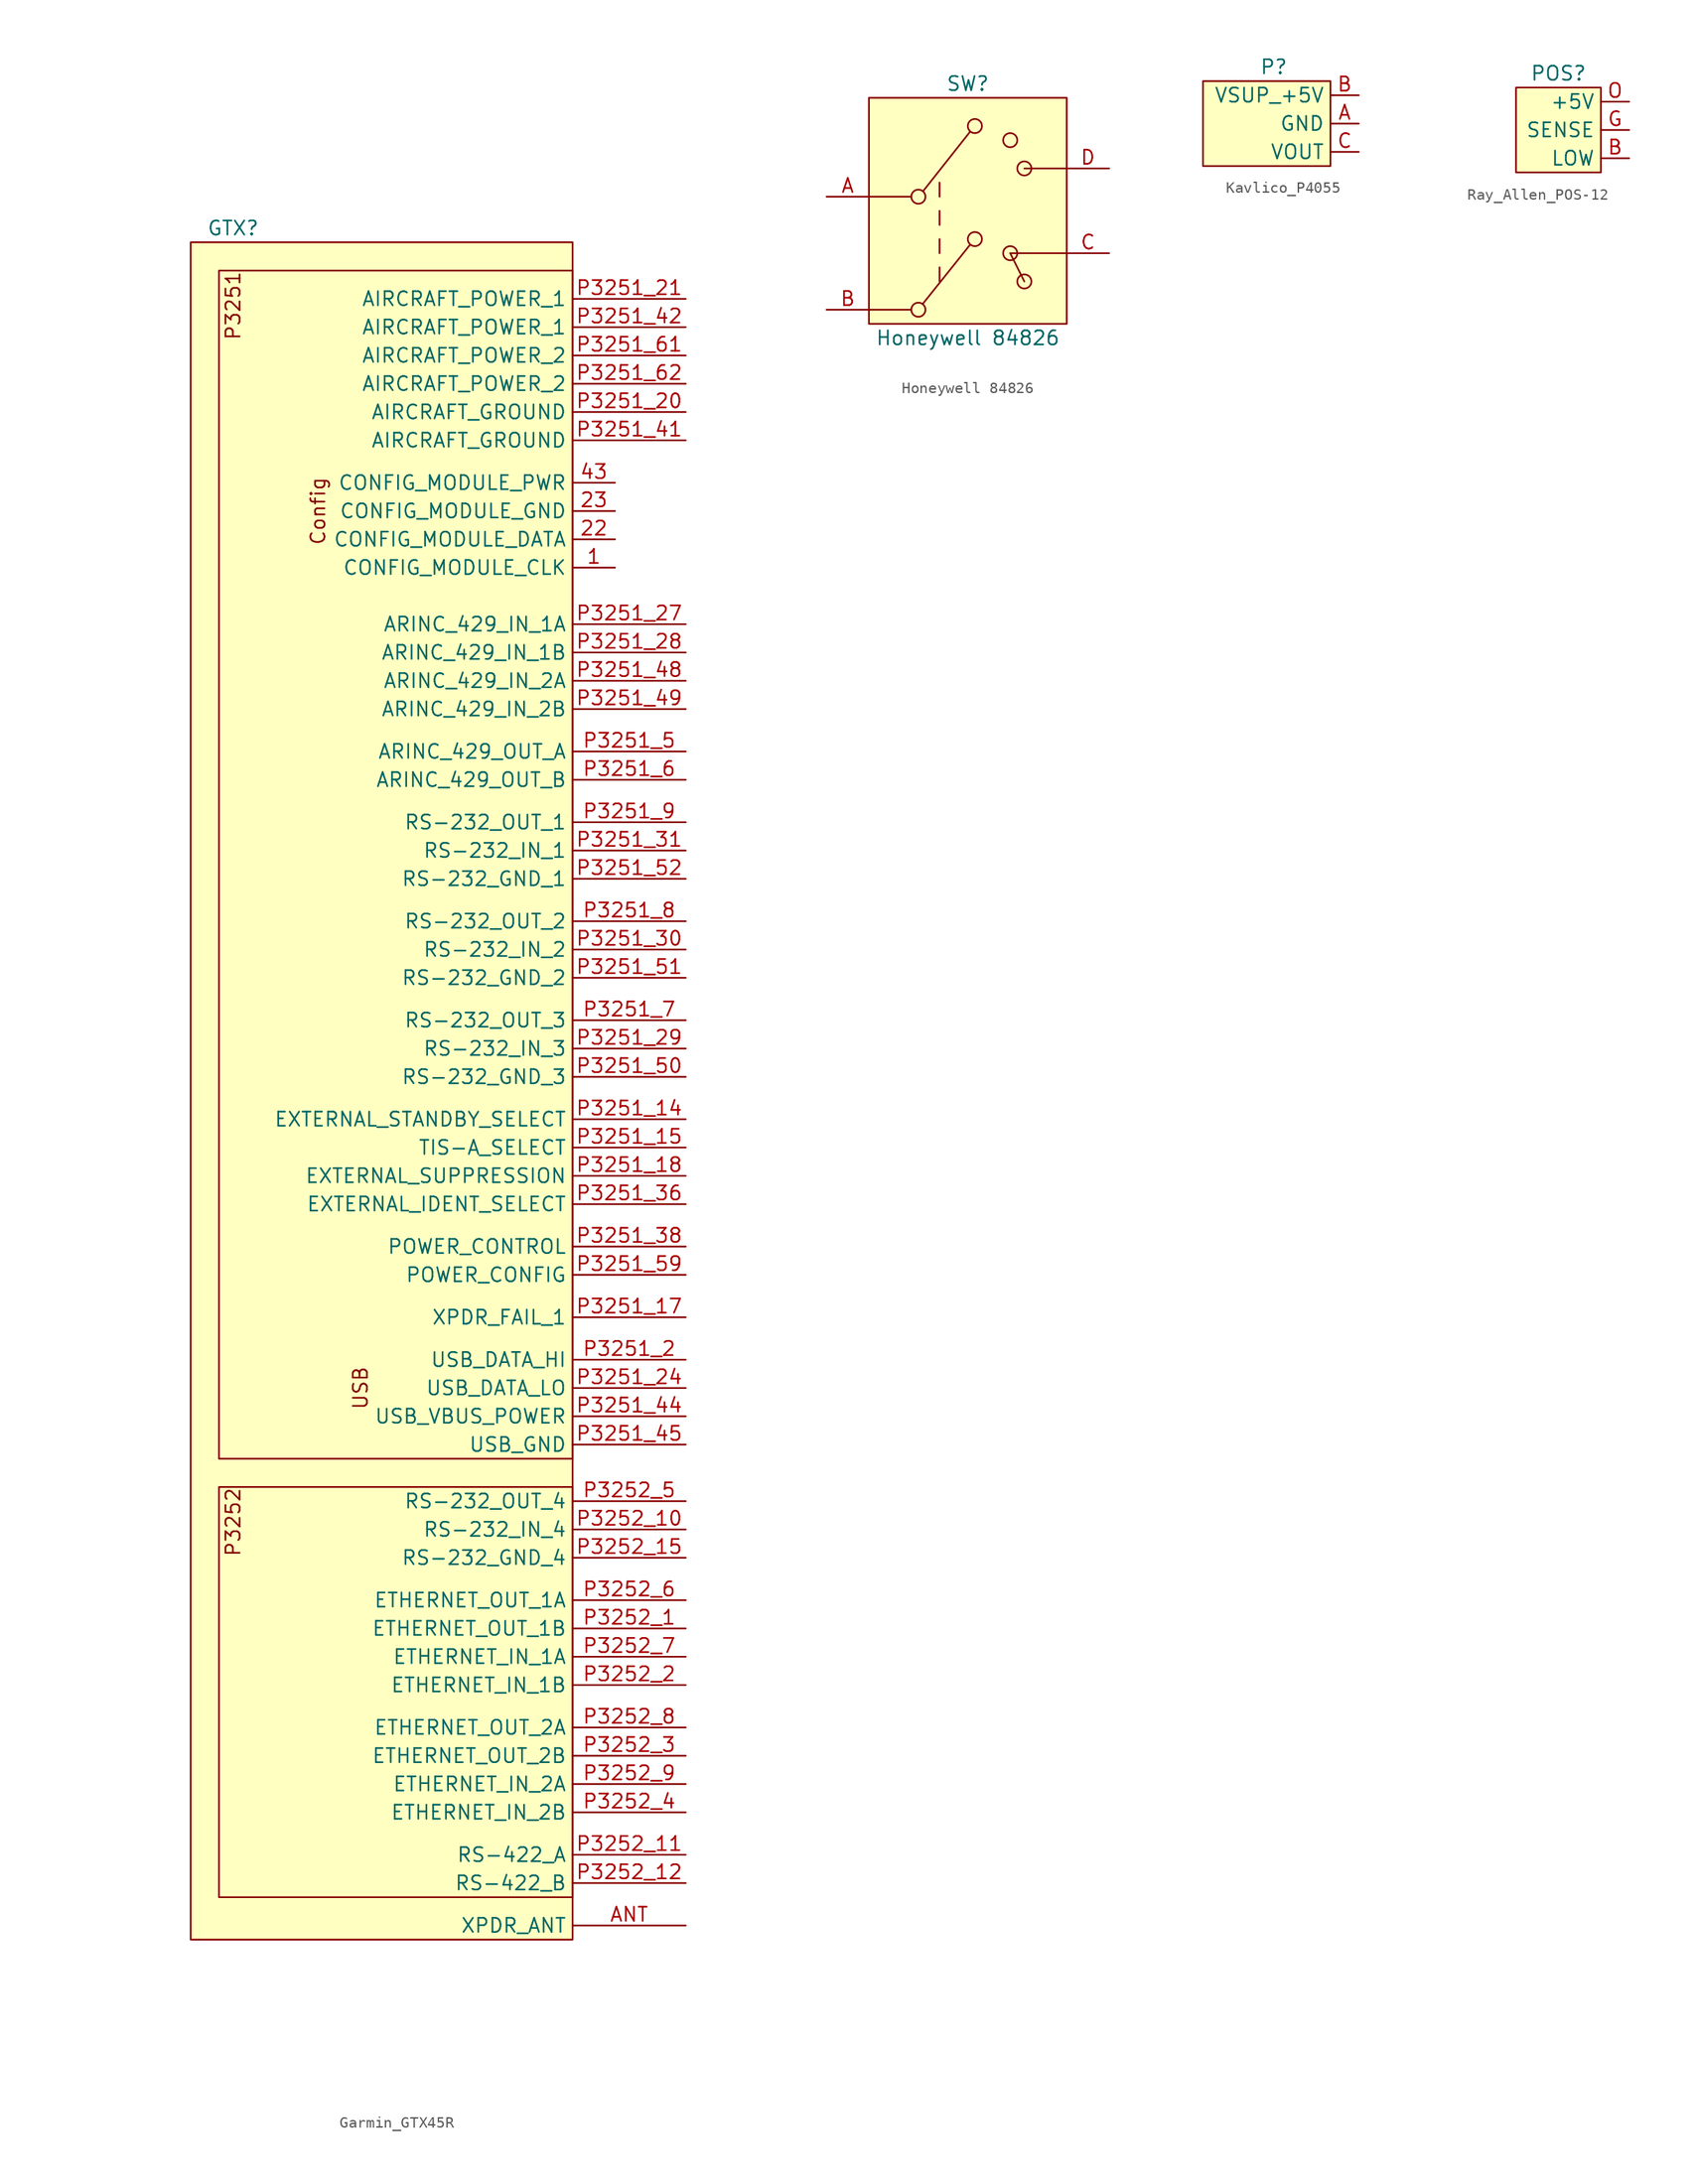
<source format=kicad_sym>
(kicad_symbol_lib
  (version 20220914)
  (generator kicad_symbol_editor)
  (symbol "Garmin_GTX45R"
    (property "Reference" "GTX"
      (at 3.81 1.27 0)
      (effects (font (size 1.27 1.27))))
    (property "Value" ""
      (at -7.62 0 0)
      (effects (font (size 1.27 1.27))))
    (symbol "Garmin_GTX45R_1_1"
      (rectangle (start 0 0) (end 34.29 -152.4) (stroke (width 0) (type default)) (fill (type background)))
      (rectangle (start 2.54 -111.76) (end 34.29 -148.59) (stroke (width 0) (type default)) (fill (type background)))
      (rectangle (start 2.54 -2.54) (end 34.29 -109.22) (stroke (width 0) (type default)) (fill (type background)))
      (text "Config" (at 11.43 -24.13 900) (effects (font (size 1.27 1.27))))
      (text "P3251" (at 3.81 -2.54 900) (effects (font (size 1.27 1.27)) (justify right)))
      (text "P3252" (at 3.81 -111.76 900) (effects (font (size 1.27 1.27)) (justify right)))
      (text "USB" (at 15.24 -102.87 900) (effects (font (size 1.27 1.27))))
      (pin output line (at 38.1 -29.21 180) (length 3.81) (name "CONFIG_MODULE_CLK" (effects (font (size 1.27 1.27)))) (number "1" (effects (font (size 1.27 1.27)))))
      (pin bidirectional line (at 38.1 -26.67 180) (length 3.81) (name "CONFIG_MODULE_DATA" (effects (font (size 1.27 1.27)))) (number "22" (effects (font (size 1.27 1.27)))))
      (pin bidirectional line (at 38.1 -24.13 180) (length 3.81) (name "CONFIG_MODULE_GND" (effects (font (size 1.27 1.27)))) (number "23" (effects (font (size 1.27 1.27)))))
      (pin power_out line (at 38.1 -21.59 180) (length 3.81) (name "CONFIG_MODULE_PWR" (effects (font (size 1.27 1.27)))) (number "43" (effects (font (size 1.27 1.27)))))
      (pin input line (at 44.45 -151.13 180) (length 10.16) (name "XPDR_ANT" (effects (font (size 1.27 1.27)))) (number "ANT" (effects (font (size 1.27 1.27)))))
      (pin input line (at 44.45 -78.74 180) (length 10.16) (name "EXTERNAL_STANDBY_SELECT" (effects (font (size 1.27 1.27)))) (number "P3251_14" (effects (font (size 1.27 1.27)))))
      (pin bidirectional line (at 44.45 -81.28 180) (length 10.16) (name "TIS-A_SELECT" (effects (font (size 1.27 1.27)))) (number "P3251_15" (effects (font (size 1.27 1.27)))))
      (pin output line (at 44.45 -96.52 180) (length 10.16) (name "XPDR_FAIL_1" (effects (font (size 1.27 1.27)))) (number "P3251_17" (effects (font (size 1.27 1.27)))))
      (pin bidirectional line (at 44.45 -83.82 180) (length 10.16) (name "EXTERNAL_SUPPRESSION" (effects (font (size 1.27 1.27)))) (number "P3251_18" (effects (font (size 1.27 1.27)))))
      (pin bidirectional line (at 44.45 -100.33 180) (length 10.16) (name "USB_DATA_HI" (effects (font (size 1.27 1.27)))) (number "P3251_2" (effects (font (size 1.27 1.27)))))
      (pin bidirectional line (at 44.45 -15.24 180) (length 10.16) (name "AIRCRAFT_GROUND" (effects (font (size 1.27 1.27)))) (number "P3251_20" (effects (font (size 1.27 1.27)))))
      (pin power_in line (at 44.45 -5.08 180) (length 10.16) (name "AIRCRAFT_POWER_1" (effects (font (size 1.27 1.27)))) (number "P3251_21" (effects (font (size 1.27 1.27)))))
      (pin bidirectional line (at 44.45 -102.87 180) (length 10.16) (name "USB_DATA_LO" (effects (font (size 1.27 1.27)))) (number "P3251_24" (effects (font (size 1.27 1.27)))))
      (pin input line (at 44.45 -34.29 180) (length 10.16) (name "ARINC_429_IN_1A" (effects (font (size 1.27 1.27)))) (number "P3251_27" (effects (font (size 1.27 1.27)))))
      (pin input line (at 44.45 -36.83 180) (length 10.16) (name "ARINC_429_IN_1B" (effects (font (size 1.27 1.27)))) (number "P3251_28" (effects (font (size 1.27 1.27)))))
      (pin input line (at 44.45 -72.39 180) (length 10.16) (name "RS-232_IN_3" (effects (font (size 1.27 1.27)))) (number "P3251_29" (effects (font (size 1.27 1.27)))))
      (pin input line (at 44.45 -63.5 180) (length 10.16) (name "RS-232_IN_2" (effects (font (size 1.27 1.27)))) (number "P3251_30" (effects (font (size 1.27 1.27)))))
      (pin input line (at 44.45 -54.61 180) (length 10.16) (name "RS-232_IN_1" (effects (font (size 1.27 1.27)))) (number "P3251_31" (effects (font (size 1.27 1.27)))))
      (pin input line (at 44.45 -86.36 180) (length 10.16) (name "EXTERNAL_IDENT_SELECT" (effects (font (size 1.27 1.27)))) (number "P3251_36" (effects (font (size 1.27 1.27)))))
      (pin input line (at 44.45 -90.17 180) (length 10.16) (name "POWER_CONTROL" (effects (font (size 1.27 1.27)))) (number "P3251_38" (effects (font (size 1.27 1.27)))))
      (pin bidirectional line (at 44.45 -17.78 180) (length 10.16) (name "AIRCRAFT_GROUND" (effects (font (size 1.27 1.27)))) (number "P3251_41" (effects (font (size 1.27 1.27)))))
      (pin power_in line (at 44.45 -7.62 180) (length 10.16) (name "AIRCRAFT_POWER_1" (effects (font (size 1.27 1.27)))) (number "P3251_42" (effects (font (size 1.27 1.27)))))
      (pin power_out line (at 44.45 -105.41 180) (length 10.16) (name "USB_VBUS_POWER" (effects (font (size 1.27 1.27)))) (number "P3251_44" (effects (font (size 1.27 1.27)))))
      (pin bidirectional line (at 44.45 -107.95 180) (length 10.16) (name "USB_GND" (effects (font (size 1.27 1.27)))) (number "P3251_45" (effects (font (size 1.27 1.27)))))
      (pin input line (at 44.45 -39.37 180) (length 10.16) (name "ARINC_429_IN_2A" (effects (font (size 1.27 1.27)))) (number "P3251_48" (effects (font (size 1.27 1.27)))))
      (pin input line (at 44.45 -41.91 180) (length 10.16) (name "ARINC_429_IN_2B" (effects (font (size 1.27 1.27)))) (number "P3251_49" (effects (font (size 1.27 1.27)))))
      (pin output line (at 44.45 -45.72 180) (length 10.16) (name "ARINC_429_OUT_A" (effects (font (size 1.27 1.27)))) (number "P3251_5" (effects (font (size 1.27 1.27)))))
      (pin bidirectional line (at 44.45 -74.93 180) (length 10.16) (name "RS-232_GND_3" (effects (font (size 1.27 1.27)))) (number "P3251_50" (effects (font (size 1.27 1.27)))))
      (pin bidirectional line (at 44.45 -66.04 180) (length 10.16) (name "RS-232_GND_2" (effects (font (size 1.27 1.27)))) (number "P3251_51" (effects (font (size 1.27 1.27)))))
      (pin bidirectional line (at 44.45 -57.15 180) (length 10.16) (name "RS-232_GND_1" (effects (font (size 1.27 1.27)))) (number "P3251_52" (effects (font (size 1.27 1.27)))))
      (pin input line (at 44.45 -92.71 180) (length 10.16) (name "POWER_CONFIG" (effects (font (size 1.27 1.27)))) (number "P3251_59" (effects (font (size 1.27 1.27)))))
      (pin output line (at 44.45 -48.26 180) (length 10.16) (name "ARINC_429_OUT_B" (effects (font (size 1.27 1.27)))) (number "P3251_6" (effects (font (size 1.27 1.27)))))
      (pin power_in line (at 44.45 -10.16 180) (length 10.16) (name "AIRCRAFT_POWER_2" (effects (font (size 1.27 1.27)))) (number "P3251_61" (effects (font (size 1.27 1.27)))))
      (pin power_in line (at 44.45 -12.7 180) (length 10.16) (name "AIRCRAFT_POWER_2" (effects (font (size 1.27 1.27)))) (number "P3251_62" (effects (font (size 1.27 1.27)))))
      (pin output line (at 44.45 -69.85 180) (length 10.16) (name "RS-232_OUT_3" (effects (font (size 1.27 1.27)))) (number "P3251_7" (effects (font (size 1.27 1.27)))))
      (pin output line (at 44.45 -60.96 180) (length 10.16) (name "RS-232_OUT_2" (effects (font (size 1.27 1.27)))) (number "P3251_8" (effects (font (size 1.27 1.27)))))
      (pin output line (at 44.45 -52.07 180) (length 10.16) (name "RS-232_OUT_1" (effects (font (size 1.27 1.27)))) (number "P3251_9" (effects (font (size 1.27 1.27)))))
      (pin output line (at 44.45 -124.46 180) (length 10.16) (name "ETHERNET_OUT_1B" (effects (font (size 1.27 1.27)))) (number "P3252_1" (effects (font (size 1.27 1.27)))))
      (pin input line (at 44.45 -115.57 180) (length 10.16) (name "RS-232_IN_4" (effects (font (size 1.27 1.27)))) (number "P3252_10" (effects (font (size 1.27 1.27)))))
      (pin output line (at 44.45 -144.78 180) (length 10.16) (name "RS-422_A" (effects (font (size 1.27 1.27)))) (number "P3252_11" (effects (font (size 1.27 1.27)))))
      (pin output line (at 44.45 -147.32 180) (length 10.16) (name "RS-422_B" (effects (font (size 1.27 1.27)))) (number "P3252_12" (effects (font (size 1.27 1.27)))))
      (pin bidirectional line (at 44.45 -118.11 180) (length 10.16) (name "RS-232_GND_4" (effects (font (size 1.27 1.27)))) (number "P3252_15" (effects (font (size 1.27 1.27)))))
      (pin input line (at 44.45 -129.54 180) (length 10.16) (name "ETHERNET_IN_1B" (effects (font (size 1.27 1.27)))) (number "P3252_2" (effects (font (size 1.27 1.27)))))
      (pin output line (at 44.45 -135.89 180) (length 10.16) (name "ETHERNET_OUT_2B" (effects (font (size 1.27 1.27)))) (number "P3252_3" (effects (font (size 1.27 1.27)))))
      (pin input line (at 44.45 -140.97 180) (length 10.16) (name "ETHERNET_IN_2B" (effects (font (size 1.27 1.27)))) (number "P3252_4" (effects (font (size 1.27 1.27)))))
      (pin output line (at 44.45 -113.03 180) (length 10.16) (name "RS-232_OUT_4" (effects (font (size 1.27 1.27)))) (number "P3252_5" (effects (font (size 1.27 1.27)))))
      (pin output line (at 44.45 -121.92 180) (length 10.16) (name "ETHERNET_OUT_1A" (effects (font (size 1.27 1.27)))) (number "P3252_6" (effects (font (size 1.27 1.27)))))
      (pin input line (at 44.45 -127 180) (length 10.16) (name "ETHERNET_IN_1A" (effects (font (size 1.27 1.27)))) (number "P3252_7" (effects (font (size 1.27 1.27)))))
      (pin output line (at 44.45 -133.35 180) (length 10.16) (name "ETHERNET_OUT_2A" (effects (font (size 1.27 1.27)))) (number "P3252_8" (effects (font (size 1.27 1.27)))))
      (pin input line (at 44.45 -138.43 180) (length 10.16) (name "ETHERNET_IN_2A" (effects (font (size 1.27 1.27)))) (number "P3252_9" (effects (font (size 1.27 1.27)))))))
  (symbol "Honeywell 84826"
    (pin_names
      (offset 1.016) hide)
    (property "Reference" "SW"
      (at 0 17.78 0)
      (effects (font (size 1.27 1.27))))
    (property "Value" "Honeywell 84826"
      (at 0 -5.08 0)
      (effects (font (size 1.27 1.27))))
    (symbol "Honeywell 84826_0_0"
      (circle (center -4.445 -2.54) (radius 0.635) (stroke (width 0) (type default)) (fill (type none)))
      (circle (center -4.445 7.62) (radius 0.635) (stroke (width 0) (type default)) (fill (type none)))
      (polyline (pts (xy -4.064 -2.032) (xy 0.203 3.302)) (stroke (width 0) (type default)) (fill (type none)))
      (polyline (pts (xy -4.013 8.128) (xy 0.203 13.462)) (stroke (width 0) (type default)) (fill (type none)))
      (polyline (pts (xy -2.54 0) (xy -2.54 1.27)) (stroke (width 0) (type default)) (fill (type none)))
      (polyline (pts (xy -2.54 2.54) (xy -2.54 3.81)) (stroke (width 0) (type default)) (fill (type none)))
      (polyline (pts (xy -2.54 5.08) (xy -2.54 6.35)) (stroke (width 0) (type default)) (fill (type none)))
      (polyline (pts (xy -2.54 7.62) (xy -2.54 8.89)) (stroke (width 0) (type default)) (fill (type none)))
      (polyline (pts (xy 3.81 2.54) (xy 8.89 2.54)) (stroke (width 0) (type default)) (fill (type none)))
      (polyline (pts (xy 5.08 10.16) (xy 8.89 10.16)) (stroke (width 0) (type default)) (fill (type none)))
      (circle (center 0.635 3.81) (radius 0.635) (stroke (width 0) (type default)) (fill (type none)))
      (circle (center 0.635 13.97) (radius 0.635) (stroke (width 0) (type default)) (fill (type none)))
      (circle (center 3.81 12.7) (radius 0.635) (stroke (width 0) (type default)) (fill (type none)))
      (circle (center 5.08 0) (radius 0.635) (stroke (width 0) (type default)) (fill (type none)))
      (circle (center 5.08 10.16) (radius 0.635) (stroke (width 0) (type default)) (fill (type none))))
    (symbol "Honeywell 84826_0_1"
      (polyline (pts (xy -5.131 -2.54) (xy -8.89 -2.54)) (stroke (width 0) (type default)) (fill (type none)))
      (polyline (pts (xy -5.08 7.62) (xy -8.89 7.62)) (stroke (width 0) (type default)) (fill (type none)))
      (polyline (pts (xy 3.81 2.54) (xy 5.08 0)) (stroke (width 0) (type default)) (fill (type none))))
    (symbol "Honeywell 84826_1_0"
      (circle (center 3.81 2.54) (radius 0.635) (stroke (width 0) (type default)) (fill (type background))))
    (symbol "Honeywell 84826_1_1"
      (rectangle (start -8.89 16.51) (end 8.89 -3.81) (stroke (width 0) (type default)) (fill (type background)))
      (pin passive line (at -12.7 7.62 0) (length 3.81) (name "A" (effects (font (size 1.27 1.27)))) (number "A" (effects (font (size 1.27 1.27)))))
      (pin passive line (at -12.7 -2.54 0) (length 3.81) (name "B" (effects (font (size 1.27 1.27)))) (number "B" (effects (font (size 1.27 1.27)))))
      (pin passive line (at 12.7 2.54 180) (length 3.81) (name "C" (effects (font (size 1.27 1.27)))) (number "C" (effects (font (size 1.27 1.27)))))
      (pin passive line (at 12.7 10.16 180) (length 3.81) (name "D" (effects (font (size 1.27 1.27)))) (number "D" (effects (font (size 1.27 1.27)))))))
  (symbol "Kavlico_P4055"
    (property "Reference" "P"
      (at 0 1.27 0)
      (effects (font (size 1.27 1.27))))
    (property "Value" ""
      (at 0 1.27 0)
      (effects (font (size 1.27 1.27))))
    (symbol "Kavlico_P4055_1_1"
      (rectangle (start -6.35 0) (end 5.08 -7.62) (stroke (width 0) (type default)) (fill (type background)))
      (pin bidirectional line (at 7.62 -3.81 180) (length 2.54) (name "GND" (effects (font (size 1.27 1.27)))) (number "A" (effects (font (size 1.27 1.27)))))
      (pin power_in line (at 7.62 -1.27 180) (length 2.54) (name "VSUP_+5V" (effects (font (size 1.27 1.27)))) (number "B" (effects (font (size 1.27 1.27)))))
      (pin output line (at 7.62 -6.35 180) (length 2.54) (name "VOUT" (effects (font (size 1.27 1.27)))) (number "C" (effects (font (size 1.27 1.27)))))))
  (symbol "Ray_Allen_POS-12"
    (property "Reference" "POS"
      (at 3.81 1.27 0)
      (effects (font (size 1.27 1.27))))
    (property "Value" ""
      (at -6.35 2.54 0)
      (effects (font (size 1.27 1.27))))
    (symbol "Ray_Allen_POS-12_1_1"
      (rectangle (start 0 0) (end 7.62 -7.62) (stroke (width 0) (type default)) (fill (type background)))
      (pin bidirectional line (at 10.16 -6.35 180) (length 2.54) (name "LOW" (effects (font (size 1.27 1.27)))) (number "B" (effects (font (size 1.27 1.27)))))
      (pin output line (at 10.16 -3.81 180) (length 2.54) (name "SENSE" (effects (font (size 1.27 1.27)))) (number "G" (effects (font (size 1.27 1.27)))))
      (pin input line (at 10.16 -1.27 180) (length 2.54) (name "+5V" (effects (font (size 1.27 1.27)))) (number "O" (effects (font (size 1.27 1.27))))))))
</source>
